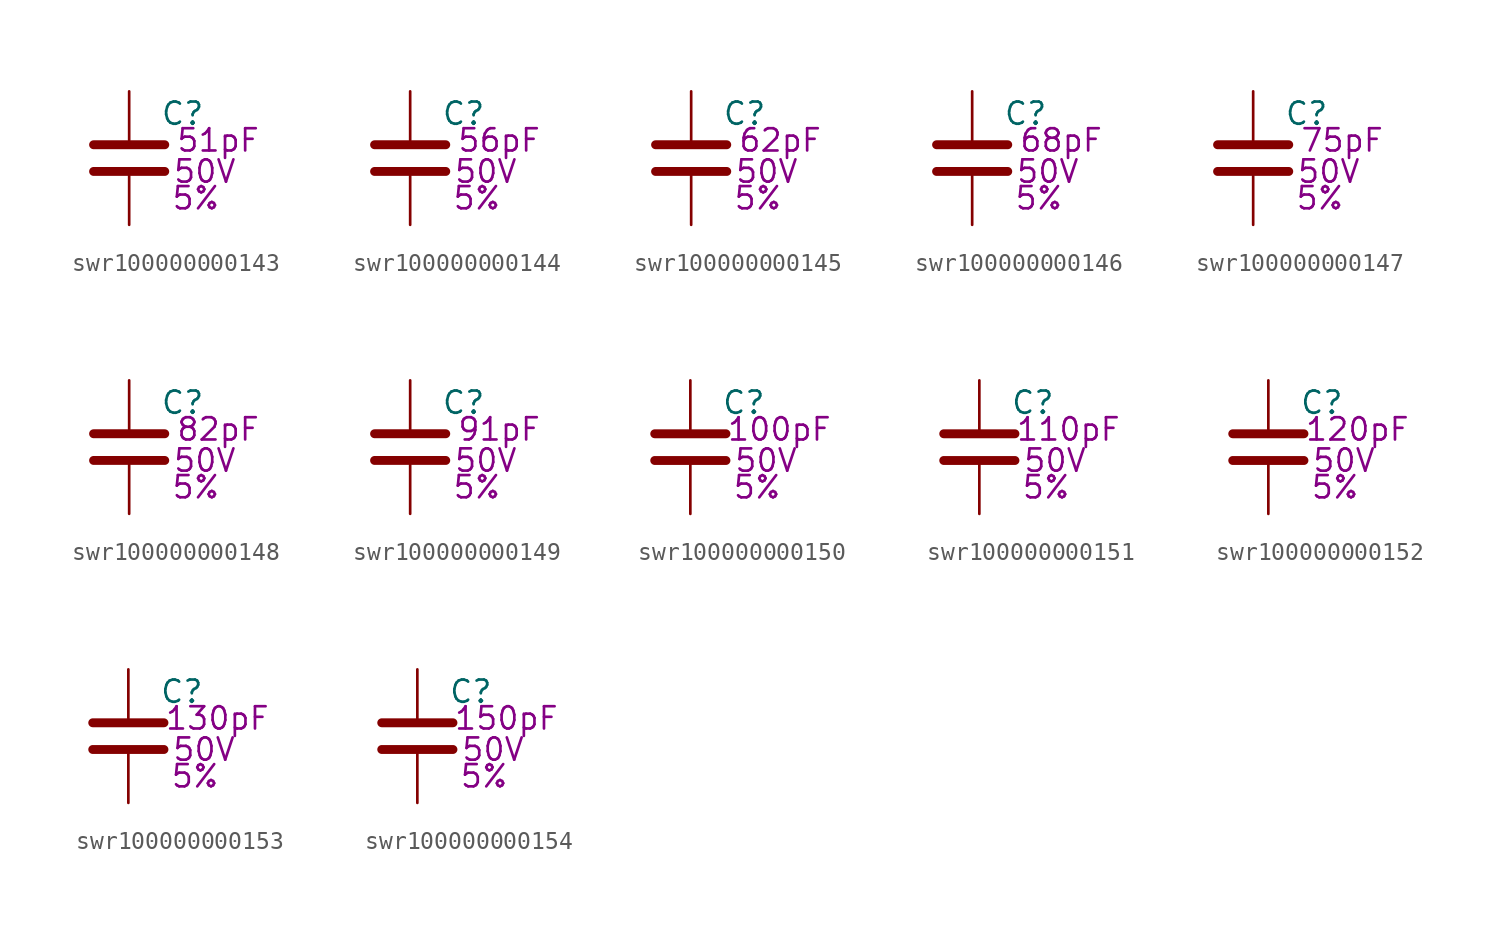
<source format=kicad_sym>
(kicad_symbol_lib
  (version 20220914)
  (generator kicad_symbol_editor)
  (symbol "swr100000000143"
    (pin_numbers hide)
    (pin_names
      (offset 1.016))
    (property "Reference" "C"
      (at 3.048 2.54 0)
      (effects (font (size 1.27 1.27))))
    (property "PartValue" "51pF"
      (at 5.08 1.016 0)
      (effects (font (size 1.27 1.27))))
    (property "Voltage" "50V"
      (at 4.318 -0.762 0)
      (effects (font (size 1.27 1.27))))
    (property "Tolerance" "5%"
      (at 3.81 -2.286 0)
      (effects (font (size 1.27 1.27))))
    (symbol "swr100000000143_1_1"
      (polyline (pts (xy -2.032 -0.762) (xy 2.032 -0.762)) (stroke (width 0.508) (type default)) (fill (type none)))
      (polyline (pts (xy -2.032 0.762) (xy 2.032 0.762)) (stroke (width 0.508) (type default)) (fill (type none)))
      (pin passive line (at 0 3.81 270) (length 2.794) (name "~" (effects (font (size 1.27 1.27)))) (number "1" (effects (font (size 1.27 1.27)))))
      (pin passive line (at 0 -3.81 90) (length 2.794) (name "~" (effects (font (size 1.27 1.27)))) (number "2" (effects (font (size 1.27 1.27)))))))
  (symbol "swr100000000144"
    (pin_numbers hide)
    (pin_names
      (offset 1.016))
    (property "Reference" "C"
      (at 3.048 2.54 0)
      (effects (font (size 1.27 1.27))))
    (property "PartValue" "56pF"
      (at 5.08 1.016 0)
      (effects (font (size 1.27 1.27))))
    (property "Voltage" "50V"
      (at 4.318 -0.762 0)
      (effects (font (size 1.27 1.27))))
    (property "Tolerance" "5%"
      (at 3.81 -2.286 0)
      (effects (font (size 1.27 1.27))))
    (symbol "swr100000000144_1_1"
      (polyline (pts (xy -2.032 -0.762) (xy 2.032 -0.762)) (stroke (width 0.508) (type default)) (fill (type none)))
      (polyline (pts (xy -2.032 0.762) (xy 2.032 0.762)) (stroke (width 0.508) (type default)) (fill (type none)))
      (pin passive line (at 0 3.81 270) (length 2.794) (name "~" (effects (font (size 1.27 1.27)))) (number "1" (effects (font (size 1.27 1.27)))))
      (pin passive line (at 0 -3.81 90) (length 2.794) (name "~" (effects (font (size 1.27 1.27)))) (number "2" (effects (font (size 1.27 1.27)))))))
  (symbol "swr100000000145"
    (pin_numbers hide)
    (pin_names
      (offset 1.016))
    (property "Reference" "C"
      (at 3.048 2.54 0)
      (effects (font (size 1.27 1.27))))
    (property "PartValue" "62pF"
      (at 5.08 1.016 0)
      (effects (font (size 1.27 1.27))))
    (property "Voltage" "50V"
      (at 4.318 -0.762 0)
      (effects (font (size 1.27 1.27))))
    (property "Tolerance" "5%"
      (at 3.81 -2.286 0)
      (effects (font (size 1.27 1.27))))
    (symbol "swr100000000145_1_1"
      (polyline (pts (xy -2.032 -0.762) (xy 2.032 -0.762)) (stroke (width 0.508) (type default)) (fill (type none)))
      (polyline (pts (xy -2.032 0.762) (xy 2.032 0.762)) (stroke (width 0.508) (type default)) (fill (type none)))
      (pin passive line (at 0 3.81 270) (length 2.794) (name "~" (effects (font (size 1.27 1.27)))) (number "1" (effects (font (size 1.27 1.27)))))
      (pin passive line (at 0 -3.81 90) (length 2.794) (name "~" (effects (font (size 1.27 1.27)))) (number "2" (effects (font (size 1.27 1.27)))))))
  (symbol "swr100000000146"
    (pin_numbers hide)
    (pin_names
      (offset 1.016))
    (property "Reference" "C"
      (at 3.048 2.54 0)
      (effects (font (size 1.27 1.27))))
    (property "PartValue" "68pF"
      (at 5.08 1.016 0)
      (effects (font (size 1.27 1.27))))
    (property "Voltage" "50V"
      (at 4.318 -0.762 0)
      (effects (font (size 1.27 1.27))))
    (property "Tolerance" "5%"
      (at 3.81 -2.286 0)
      (effects (font (size 1.27 1.27))))
    (symbol "swr100000000146_1_1"
      (polyline (pts (xy -2.032 -0.762) (xy 2.032 -0.762)) (stroke (width 0.508) (type default)) (fill (type none)))
      (polyline (pts (xy -2.032 0.762) (xy 2.032 0.762)) (stroke (width 0.508) (type default)) (fill (type none)))
      (pin passive line (at 0 3.81 270) (length 2.794) (name "~" (effects (font (size 1.27 1.27)))) (number "1" (effects (font (size 1.27 1.27)))))
      (pin passive line (at 0 -3.81 90) (length 2.794) (name "~" (effects (font (size 1.27 1.27)))) (number "2" (effects (font (size 1.27 1.27)))))))
  (symbol "swr100000000147"
    (pin_numbers hide)
    (pin_names
      (offset 1.016))
    (property "Reference" "C"
      (at 3.048 2.54 0)
      (effects (font (size 1.27 1.27))))
    (property "PartValue" "75pF"
      (at 5.08 1.016 0)
      (effects (font (size 1.27 1.27))))
    (property "Voltage" "50V"
      (at 4.318 -0.762 0)
      (effects (font (size 1.27 1.27))))
    (property "Tolerance" "5%"
      (at 3.81 -2.286 0)
      (effects (font (size 1.27 1.27))))
    (symbol "swr100000000147_1_1"
      (polyline (pts (xy -2.032 -0.762) (xy 2.032 -0.762)) (stroke (width 0.508) (type default)) (fill (type none)))
      (polyline (pts (xy -2.032 0.762) (xy 2.032 0.762)) (stroke (width 0.508) (type default)) (fill (type none)))
      (pin passive line (at 0 3.81 270) (length 2.794) (name "~" (effects (font (size 1.27 1.27)))) (number "1" (effects (font (size 1.27 1.27)))))
      (pin passive line (at 0 -3.81 90) (length 2.794) (name "~" (effects (font (size 1.27 1.27)))) (number "2" (effects (font (size 1.27 1.27)))))))
  (symbol "swr100000000148"
    (pin_numbers hide)
    (pin_names
      (offset 1.016))
    (property "Reference" "C"
      (at 3.048 2.54 0)
      (effects (font (size 1.27 1.27))))
    (property "PartValue" "82pF"
      (at 5.08 1.016 0)
      (effects (font (size 1.27 1.27))))
    (property "Voltage" "50V"
      (at 4.318 -0.762 0)
      (effects (font (size 1.27 1.27))))
    (property "Tolerance" "5%"
      (at 3.81 -2.286 0)
      (effects (font (size 1.27 1.27))))
    (symbol "swr100000000148_1_1"
      (polyline (pts (xy -2.032 -0.762) (xy 2.032 -0.762)) (stroke (width 0.508) (type default)) (fill (type none)))
      (polyline (pts (xy -2.032 0.762) (xy 2.032 0.762)) (stroke (width 0.508) (type default)) (fill (type none)))
      (pin passive line (at 0 3.81 270) (length 2.794) (name "~" (effects (font (size 1.27 1.27)))) (number "1" (effects (font (size 1.27 1.27)))))
      (pin passive line (at 0 -3.81 90) (length 2.794) (name "~" (effects (font (size 1.27 1.27)))) (number "2" (effects (font (size 1.27 1.27)))))))
  (symbol "swr100000000149"
    (pin_numbers hide)
    (pin_names
      (offset 1.016))
    (property "Reference" "C"
      (at 3.048 2.54 0)
      (effects (font (size 1.27 1.27))))
    (property "PartValue" "91pF"
      (at 5.08 1.016 0)
      (effects (font (size 1.27 1.27))))
    (property "Voltage" "50V"
      (at 4.318 -0.762 0)
      (effects (font (size 1.27 1.27))))
    (property "Tolerance" "5%"
      (at 3.81 -2.286 0)
      (effects (font (size 1.27 1.27))))
    (symbol "swr100000000149_1_1"
      (polyline (pts (xy -2.032 -0.762) (xy 2.032 -0.762)) (stroke (width 0.508) (type default)) (fill (type none)))
      (polyline (pts (xy -2.032 0.762) (xy 2.032 0.762)) (stroke (width 0.508) (type default)) (fill (type none)))
      (pin passive line (at 0 3.81 270) (length 2.794) (name "~" (effects (font (size 1.27 1.27)))) (number "1" (effects (font (size 1.27 1.27)))))
      (pin passive line (at 0 -3.81 90) (length 2.794) (name "~" (effects (font (size 1.27 1.27)))) (number "2" (effects (font (size 1.27 1.27)))))))
  (symbol "swr100000000150"
    (pin_numbers hide)
    (pin_names
      (offset 1.016))
    (property "Reference" "C"
      (at 3.048 2.54 0)
      (effects (font (size 1.27 1.27))))
    (property "PartValue" "100pF"
      (at 5.08 1.016 0)
      (effects (font (size 1.27 1.27))))
    (property "Voltage" "50V"
      (at 4.318 -0.762 0)
      (effects (font (size 1.27 1.27))))
    (property "Tolerance" "5%"
      (at 3.81 -2.286 0)
      (effects (font (size 1.27 1.27))))
    (symbol "swr100000000150_1_1"
      (polyline (pts (xy -2.032 -0.762) (xy 2.032 -0.762)) (stroke (width 0.508) (type default)) (fill (type none)))
      (polyline (pts (xy -2.032 0.762) (xy 2.032 0.762)) (stroke (width 0.508) (type default)) (fill (type none)))
      (pin passive line (at 0 3.81 270) (length 2.794) (name "~" (effects (font (size 1.27 1.27)))) (number "1" (effects (font (size 1.27 1.27)))))
      (pin passive line (at 0 -3.81 90) (length 2.794) (name "~" (effects (font (size 1.27 1.27)))) (number "2" (effects (font (size 1.27 1.27)))))))
  (symbol "swr100000000151"
    (pin_numbers hide)
    (pin_names
      (offset 1.016))
    (property "Reference" "C"
      (at 3.048 2.54 0)
      (effects (font (size 1.27 1.27))))
    (property "PartValue" "110pF"
      (at 5.08 1.016 0)
      (effects (font (size 1.27 1.27))))
    (property "Voltage" "50V"
      (at 4.318 -0.762 0)
      (effects (font (size 1.27 1.27))))
    (property "Tolerance" "5%"
      (at 3.81 -2.286 0)
      (effects (font (size 1.27 1.27))))
    (symbol "swr100000000151_1_1"
      (polyline (pts (xy -2.032 -0.762) (xy 2.032 -0.762)) (stroke (width 0.508) (type default)) (fill (type none)))
      (polyline (pts (xy -2.032 0.762) (xy 2.032 0.762)) (stroke (width 0.508) (type default)) (fill (type none)))
      (pin passive line (at 0 3.81 270) (length 2.794) (name "~" (effects (font (size 1.27 1.27)))) (number "1" (effects (font (size 1.27 1.27)))))
      (pin passive line (at 0 -3.81 90) (length 2.794) (name "~" (effects (font (size 1.27 1.27)))) (number "2" (effects (font (size 1.27 1.27)))))))
  (symbol "swr100000000152"
    (pin_numbers hide)
    (pin_names
      (offset 1.016))
    (property "Reference" "C"
      (at 3.048 2.54 0)
      (effects (font (size 1.27 1.27))))
    (property "PartValue" "120pF"
      (at 5.08 1.016 0)
      (effects (font (size 1.27 1.27))))
    (property "Voltage" "50V"
      (at 4.318 -0.762 0)
      (effects (font (size 1.27 1.27))))
    (property "Tolerance" "5%"
      (at 3.81 -2.286 0)
      (effects (font (size 1.27 1.27))))
    (symbol "swr100000000152_1_1"
      (polyline (pts (xy -2.032 -0.762) (xy 2.032 -0.762)) (stroke (width 0.508) (type default)) (fill (type none)))
      (polyline (pts (xy -2.032 0.762) (xy 2.032 0.762)) (stroke (width 0.508) (type default)) (fill (type none)))
      (pin passive line (at 0 3.81 270) (length 2.794) (name "~" (effects (font (size 1.27 1.27)))) (number "1" (effects (font (size 1.27 1.27)))))
      (pin passive line (at 0 -3.81 90) (length 2.794) (name "~" (effects (font (size 1.27 1.27)))) (number "2" (effects (font (size 1.27 1.27)))))))
  (symbol "swr100000000153"
    (pin_numbers hide)
    (pin_names
      (offset 1.016))
    (property "Reference" "C"
      (at 3.048 2.54 0)
      (effects (font (size 1.27 1.27))))
    (property "PartValue" "130pF"
      (at 5.08 1.016 0)
      (effects (font (size 1.27 1.27))))
    (property "Voltage" "50V"
      (at 4.318 -0.762 0)
      (effects (font (size 1.27 1.27))))
    (property "Tolerance" "5%"
      (at 3.81 -2.286 0)
      (effects (font (size 1.27 1.27))))
    (symbol "swr100000000153_1_1"
      (polyline (pts (xy -2.032 -0.762) (xy 2.032 -0.762)) (stroke (width 0.508) (type default)) (fill (type none)))
      (polyline (pts (xy -2.032 0.762) (xy 2.032 0.762)) (stroke (width 0.508) (type default)) (fill (type none)))
      (pin passive line (at 0 3.81 270) (length 2.794) (name "~" (effects (font (size 1.27 1.27)))) (number "1" (effects (font (size 1.27 1.27)))))
      (pin passive line (at 0 -3.81 90) (length 2.794) (name "~" (effects (font (size 1.27 1.27)))) (number "2" (effects (font (size 1.27 1.27)))))))
  (symbol "swr100000000154"
    (pin_numbers hide)
    (pin_names
      (offset 1.016))
    (property "Reference" "C"
      (at 3.048 2.54 0)
      (effects (font (size 1.27 1.27))))
    (property "PartValue" "150pF"
      (at 5.08 1.016 0)
      (effects (font (size 1.27 1.27))))
    (property "Voltage" "50V"
      (at 4.318 -0.762 0)
      (effects (font (size 1.27 1.27))))
    (property "Tolerance" "5%"
      (at 3.81 -2.286 0)
      (effects (font (size 1.27 1.27))))
    (symbol "swr100000000154_1_1"
      (polyline (pts (xy -2.032 -0.762) (xy 2.032 -0.762)) (stroke (width 0.508) (type default)) (fill (type none)))
      (polyline (pts (xy -2.032 0.762) (xy 2.032 0.762)) (stroke (width 0.508) (type default)) (fill (type none)))
      (pin passive line (at 0 3.81 270) (length 2.794) (name "~" (effects (font (size 1.27 1.27)))) (number "1" (effects (font (size 1.27 1.27)))))
      (pin passive line (at 0 -3.81 90) (length 2.794) (name "~" (effects (font (size 1.27 1.27)))) (number "2" (effects (font (size 1.27 1.27))))))))
</source>
